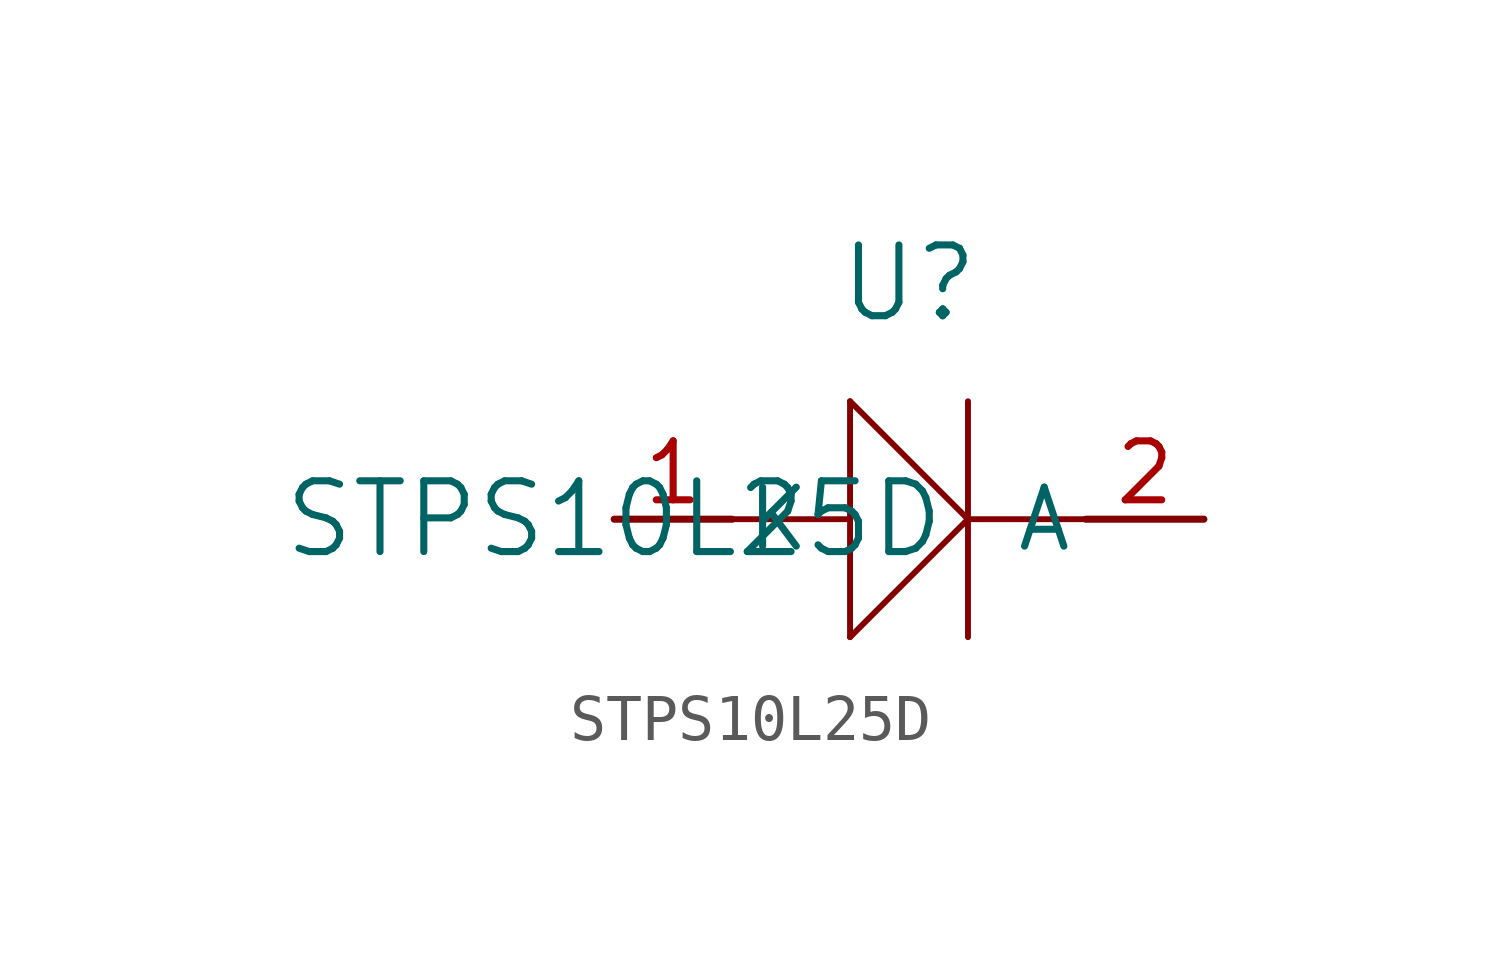
<source format=kicad_sym>
(kicad_symbol_lib
  (version 20211014)
  (generator kicad_symbol_editor)
  (symbol "STPS10L25D"
    (pin_names
      (offset 0.254))
    (property "Reference" "U"
      (at 6.35 5.08 0)
      (effects (font (size 1.524 1.524))))
    (property "Value" "STPS10L25D"
      (at 0 0 0)
      (effects (font (size 1.524 1.524))))
    (symbol "STPS10L25D_0_1"
      (polyline (pts (xy 2.54 0) (xy 5.08 0)) (stroke (width 0.127) (type default) (color 0 0 0 0)) (fill (type none)))
      (polyline (pts (xy 10.16 0) (xy 7.62 0)) (stroke (width 0.127) (type default) (color 0 0 0 0)) (fill (type none)))
      (polyline (pts (xy 7.62 2.54) (xy 7.62 -2.54)) (stroke (width 0.127) (type default) (color 0 0 0 0)) (fill (type none)))
      (polyline (pts (xy 5.08 2.54) (xy 5.08 -2.54)) (stroke (width 0.127) (type default) (color 0 0 0 0)) (fill (type none)))
      (polyline (pts (xy 5.08 2.54) (xy 7.62 0)) (stroke (width 0.127) (type default) (color 0 0 0 0)) (fill (type none)))
      (polyline (pts (xy 5.08 -2.54) (xy 7.62 0)) (stroke (width 0.127) (type default) (color 0 0 0 0)) (fill (type none)))
      (pin unspecified line (at 0 0 0) (length 2.54) (name "K" (effects (font (size 1.27 1.27)))) (number "1" (effects (font (size 1.27 1.27)))))
      (pin unspecified line (at 12.7 0 180) (length 2.54) (name "A" (effects (font (size 1.27 1.27)))) (number "2" (effects (font (size 1.27 1.27))))))))
</source>
